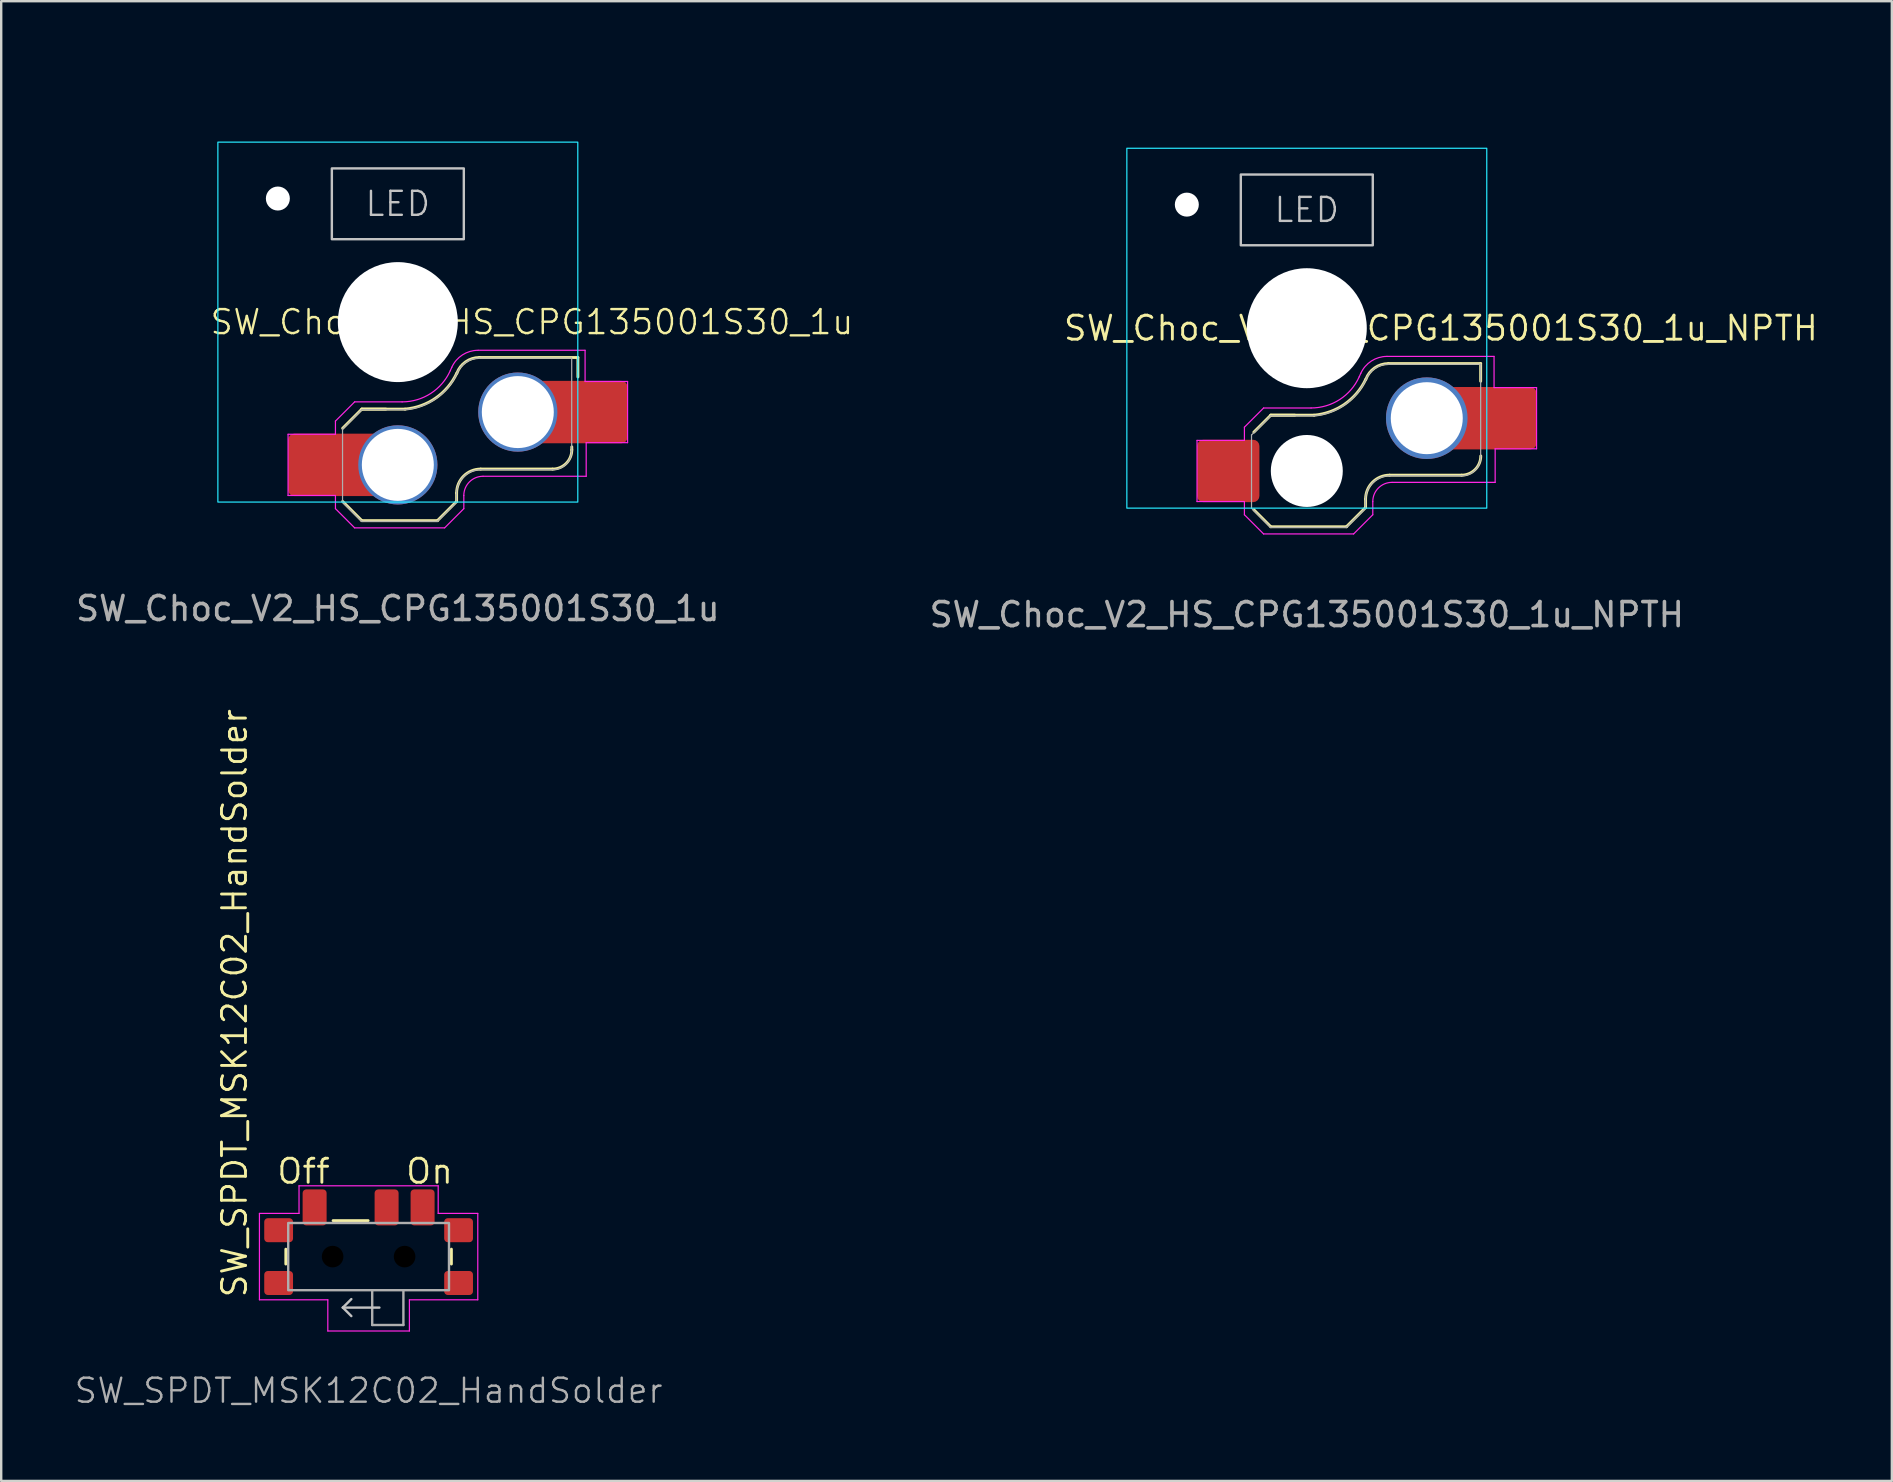
<source format=kicad_pcb>
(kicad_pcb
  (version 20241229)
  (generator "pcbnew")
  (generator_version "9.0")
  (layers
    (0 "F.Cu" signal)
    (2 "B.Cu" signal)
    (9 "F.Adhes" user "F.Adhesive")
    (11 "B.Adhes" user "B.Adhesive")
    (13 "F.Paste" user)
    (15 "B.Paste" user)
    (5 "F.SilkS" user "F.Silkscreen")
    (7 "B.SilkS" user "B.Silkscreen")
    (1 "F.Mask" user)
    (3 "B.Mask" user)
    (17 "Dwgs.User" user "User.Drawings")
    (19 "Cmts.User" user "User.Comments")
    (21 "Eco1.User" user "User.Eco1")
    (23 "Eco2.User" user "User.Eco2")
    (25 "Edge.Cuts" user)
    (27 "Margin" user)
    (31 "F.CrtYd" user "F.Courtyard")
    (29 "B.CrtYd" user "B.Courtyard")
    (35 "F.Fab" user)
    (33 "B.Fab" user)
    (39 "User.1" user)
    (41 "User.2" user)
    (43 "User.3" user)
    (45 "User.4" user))
  (footprint "SW_SPDT_MSK12C02_HandSolder"
    (layer "F.Cu")
    (at 12.312 49.32)
    (property "Reference" "SW_SPDT_MSK12C02_HandSolder" (at -5.588 1.778 90) (layer "F.SilkS") (effects (font (size 1 1) (thickness 0.12)) (justify left)))
    (attr smd)
    (fp_line (start -3.45 -0.31) (end -3.45 0.31) (stroke (width 0.12) (type solid)) (layer "F.SilkS"))
    (fp_line (start -1.48 -1.5) (end -0.02 -1.5) (stroke (width 0.12) (type solid)) (layer "F.SilkS"))
    (fp_line (start 3.45 -0.31) (end 3.45 0.31) (stroke (width 0.12) (type solid)) (layer "F.SilkS"))
    (fp_line (start -1.074 2.125) (end -0.72 1.771) (stroke (width 0.1) (type solid)) (layer "Dwgs.User"))
    (fp_line (start -1.074 2.125) (end -0.72 2.479) (stroke (width 0.1) (type solid)) (layer "Dwgs.User"))
    (fp_line (start 0.45 2.125) (end -1.074 2.125) (stroke (width 0.1) (type default)) (layer "Dwgs.User"))
    (fp_line (start -4.55 -1.8) (end -4.55 1.8) (stroke (width 0.05) (type default)) (layer "F.CrtYd"))
    (fp_line (start -4.55 -1.8) (end -2.9 -1.8) (stroke (width 0.05) (type default)) (layer "F.CrtYd"))
    (fp_line (start -4.55 1.8) (end -1.7 1.8) (stroke (width 0.05) (type default)) (layer "F.CrtYd"))
    (fp_line (start -2.9 -2.95) (end 2.9 -2.95) (stroke (width 0.05) (type default)) (layer "F.CrtYd"))
    (fp_line (start -2.9 -1.8) (end -2.9 -2.95) (stroke (width 0.05) (type default)) (layer "F.CrtYd"))
    (fp_line (start -1.7 1.8) (end -1.7 3.1) (stroke (width 0.05) (type default)) (layer "F.CrtYd"))
    (fp_line (start 1.7 1.8) (end 4.55 1.8) (stroke (width 0.05) (type default)) (layer "F.CrtYd"))
    (fp_line (start 1.7 3.1) (end -1.7 3.1) (stroke (width 0.05) (type default)) (layer "F.CrtYd"))
    (fp_line (start 1.7 3.1) (end 1.7 1.8) (stroke (width 0.05) (type default)) (layer "F.CrtYd"))
    (fp_line (start 2.9 -1.8) (end 2.9 -2.95) (stroke (width 0.05) (type default)) (layer "F.CrtYd"))
    (fp_line (start 4.55 -1.8) (end 2.9 -1.8) (stroke (width 0.05) (type default)) (layer "F.CrtYd"))
    (fp_line (start 4.55 1.8) (end 4.55 -1.8) (stroke (width 0.05) (type default)) (layer "F.CrtYd"))
    (fp_line (start 0.15 1.4) (end 0.15 2.85) (stroke (width 0.1) (type default)) (layer "F.Fab"))
    (fp_line (start 0.15 2.85) (end 1.45 2.85) (stroke (width 0.1) (type default)) (layer "F.Fab"))
    (fp_line (start 1.45 1.4) (end 1.45 2.85) (stroke (width 0.1) (type default)) (layer "F.Fab"))
    (fp_rect (start -3.35 -1.4) (end 3.35 1.4) (stroke (width 0.1) (type default)) (fill no) (layer "F.Fab"))
    (fp_text user "Off" (at -2.71 -3.556 0) (unlocked yes) (layer "F.SilkS") (effects (font (size 1 1) (thickness 0.12))))
    (fp_text user "On" (at 2.54 -3.556 0) (unlocked yes) (layer "F.SilkS") (effects (font (size 1 1) (thickness 0.12))))
    (fp_text user "${REFERENCE}" (at 0 5.588 0) (layer "F.Fab") (effects (font (size 1 1) (thickness 0.1))))
    (pad "" np_thru_hole circle (at -1.5 0) (size 0.9 0.9) (drill 0.9) (layers "*.Mask"))
    (pad "" np_thru_hole circle (at 1.5 0) (size 0.9 0.9) (drill 0.9) (layers "*.Mask"))
    (pad "1" smd roundrect (at -2.25 -2.05) (size 1 1.5) (layers "F.Cu" "F.Mask" "F.Paste") (roundrect_rratio 0.15))
    (pad "2" smd roundrect (at 0.75 -2.05) (size 1 1.5) (layers "F.Cu" "F.Mask" "F.Paste") (roundrect_rratio 0.15))
    (pad "3" smd roundrect (at 2.25 -2.05) (size 1 1.5) (layers "F.Cu" "F.Mask" "F.Paste") (roundrect_rratio 0.15))
    (pad "MP" smd roundrect (at -3.75 -1.1) (size 1.2 1) (layers "F.Cu" "F.Mask" "F.Paste") (roundrect_rratio 0.15))
    (pad "MP" smd roundrect (at -3.75 1.1) (size 1.2 1) (layers "F.Cu" "F.Mask" "F.Paste") (roundrect_rratio 0.15))
    (pad "MP" smd roundrect (at 3.75 -1.1) (size 1.2 1) (layers "F.Cu" "F.Mask" "F.Paste") (roundrect_rratio 0.15))
    (pad "MP" smd roundrect (at 3.75 1.1) (size 1.2 1) (layers "F.Cu" "F.Mask" "F.Paste") (roundrect_rratio 0.15)))
  (footprint "SW_Choc_V2_HS_CPG135001S30_1u"
    (layer "F.Cu")
    (at 13.53 10.374)
    (property "Reference" "SW_Choc_V2_HS_CPG135001S30_1u" (at 5.588 0 180) (layer "F.SilkS") (effects (font (size 1 1) (thickness 0.1))))
    (attr smd)
    (fp_line (start -2.3 7.475) (end -1.5 8.275) (stroke (width 0.12) (type solid)) (layer "F.SilkS"))
    (fp_line (start -1.5 3.625) (end -2.3 4.425) (stroke (width 0.12) (type solid)) (layer "F.SilkS"))
    (fp_line (start -1.5 3.625) (end -0.5 3.625) (stroke (width 0.12) (type solid)) (layer "F.SilkS"))
    (fp_line (start -1.5 3.625) (end 0.3 3.625) (stroke (width 0.12) (type solid)) (layer "F.SilkS"))
    (fp_line (start -1.5 8.275) (end 1.65 8.275) (stroke (width 0.12) (type solid)) (layer "F.SilkS"))
    (fp_line (start 2.45 7.475) (end 1.65 8.275) (stroke (width 0.12) (type solid)) (layer "F.SilkS"))
    (fp_line (start 2.45 7.475) (end 2.45 7.125) (stroke (width 0.12) (type solid)) (layer "F.SilkS"))
    (fp_line (start 3.45 6.125) (end 6.45 6.125) (stroke (width 0.12) (type solid)) (layer "F.SilkS"))
    (fp_line (start 7.25 5.325) (end 7.25 5.2) (stroke (width 0.12) (type solid)) (layer "F.SilkS"))
    (fp_line (start 7.504 1.475) (end 3.4 1.475) (stroke (width 0.12) (type solid)) (layer "F.SilkS"))
    (fp_line (start 7.504 1.475) (end 7.504 2.286) (stroke (width 0.12) (type solid)) (layer "F.SilkS"))
    (fp_arc (start 2.45 7.125) (mid 2.742893 6.417893) (end 3.45 6.125) (stroke (width 0.12) (type solid)) (layer "F.SilkS"))
    (fp_arc (start 2.455444 2.13293) (mid 1.577272 3.167235) (end 0.299999 3.624999) (stroke (width 0.12) (type solid)) (layer "F.SilkS"))
    (fp_arc (start 2.460307 2.13298) (mid 2.826423 1.655848) (end 3.4 1.475) (stroke (width 0.12) (type solid)) (layer "F.SilkS"))
    (fp_arc (start 7.25 5.325) (mid 7.015685 5.890685) (end 6.45 6.125) (stroke (width 0.12) (type solid)) (layer "F.SilkS"))
    (fp_rect (start -2.75 -6.405) (end 2.75 -3.455) (stroke (width 0.1) (type solid)) (fill no) (layer "Dwgs.User"))
    (fp_rect (start -9.5 -9.5) (end 9.5 9.5) (stroke (width 0.1) (type dash)) (fill no) (layer "Eco1.User"))
    (fp_rect (start -8.3 -8.3) (end 8.3 8.3) (stroke (width 0.1) (type dash)) (fill no) (layer "Eco1.User"))
    (fp_rect (start -7.5 -7.5) (end 7.5 7.5) (stroke (width 0.05) (type solid)) (fill no) (layer "B.CrtYd"))
    (fp_line (start -4.575 4.675) (end -4.575 7.225) (stroke (width 0.05) (type solid)) (layer "F.CrtYd"))
    (fp_line (start -4.575 4.675) (end -2.6 4.675) (stroke (width 0.05) (type solid)) (layer "F.CrtYd"))
    (fp_line (start -4.575 7.225) (end -2.6 7.225) (stroke (width 0.05) (type solid)) (layer "F.CrtYd"))
    (fp_line (start -2.6 4.675) (end -2.6 4.125) (stroke (width 0.05) (type solid)) (layer "F.CrtYd"))
    (fp_line (start -2.6 7.775) (end -2.6 7.225) (stroke (width 0.05) (type solid)) (layer "F.CrtYd"))
    (fp_line (start -2.6 7.775) (end -1.8 8.575) (stroke (width 0.05) (type solid)) (layer "F.CrtYd"))
    (fp_line (start -1.8 3.325) (end -2.6 4.125) (stroke (width 0.05) (type solid)) (layer "F.CrtYd"))
    (fp_line (start -1.8 3.325) (end 0.178 3.325) (stroke (width 0.05) (type solid)) (layer "F.CrtYd"))
    (fp_line (start -1.8 8.575) (end 1.95 8.575) (stroke (width 0.05) (type solid)) (layer "F.CrtYd"))
    (fp_line (start 2.184 2.027) (end 2.249 1.883) (stroke (width 0.05) (type default)) (layer "F.CrtYd"))
    (fp_line (start 2.75 7.775) (end 1.95 8.575) (stroke (width 0.05) (type solid)) (layer "F.CrtYd"))
    (fp_line (start 2.75 7.775) (end 2.75 7.225) (stroke (width 0.05) (type solid)) (layer "F.CrtYd"))
    (fp_line (start 3.55 6.425) (end 7.85 6.425) (stroke (width 0.05) (type solid)) (layer "F.CrtYd"))
    (fp_line (start 7.804 1.175) (end 3.344 1.175) (stroke (width 0.05) (type solid)) (layer "F.CrtYd"))
    (fp_line (start 7.804 1.175) (end 7.804 2.475) (stroke (width 0.05) (type solid)) (layer "F.CrtYd"))
    (fp_line (start 7.85 5.025) (end 9.575 5.025) (stroke (width 0.05) (type solid)) (layer "F.CrtYd"))
    (fp_line (start 7.85 6.425) (end 7.85 5.025) (stroke (width 0.05) (type solid)) (layer "F.CrtYd"))
    (fp_line (start 9.575 2.475) (end 7.804 2.475) (stroke (width 0.05) (type solid)) (layer "F.CrtYd"))
    (fp_line (start 9.575 5.025) (end 9.575 2.475) (stroke (width 0.05) (type solid)) (layer "F.CrtYd"))
    (fp_arc (start 2.184498 2.026576) (mid 1.37282 2.972088) (end 0.177719 3.325) (stroke (width 0.05) (type default)) (layer "F.CrtYd"))
    (fp_arc (start 2.248898 1.883231) (mid 2.691631 1.367497) (end 3.343505 1.175) (stroke (width 0.05) (type default)) (layer "F.CrtYd"))
    (fp_arc (start 2.75 7.225) (mid 2.984315 6.659315) (end 3.55 6.425) (stroke (width 0.05) (type default)) (layer "F.CrtYd"))
    (fp_line (start -2.304 4.45) (end -2.304 7.5) (stroke (width 0.05) (type solid)) (layer "F.Fab"))
    (fp_line (start -2.304 7.5) (end -1.504 8.3) (stroke (width 0.05) (type solid)) (layer "F.Fab"))
    (fp_line (start -1.504 3.65) (end -2.304 4.45) (stroke (width 0.05) (type solid)) (layer "F.Fab"))
    (fp_line (start -1.504 3.65) (end 0.296 3.65) (stroke (width 0.05) (type solid)) (layer "F.Fab"))
    (fp_line (start -1.504 8.3) (end 1.646 8.3) (stroke (width 0.05) (type solid)) (layer "F.Fab"))
    (fp_line (start 2.446 7.5) (end 1.646 8.3) (stroke (width 0.05) (type solid)) (layer "F.Fab"))
    (fp_line (start 2.446 7.5) (end 2.446 7.15) (stroke (width 0.05) (type solid)) (layer "F.Fab"))
    (fp_line (start 3.446 6.15) (end 6.446 6.15) (stroke (width 0.05) (type solid)) (layer "F.Fab"))
    (fp_line (start 7.246 1.5) (end 3.396 1.5) (stroke (width 0.05) (type solid)) (layer "F.Fab"))
    (fp_line (start 7.246 5.35) (end 7.246 1.5) (stroke (width 0.05) (type solid)) (layer "F.Fab"))
    (fp_arc (start 2.446 7.15) (mid 2.738893 6.442893) (end 3.446 6.15) (stroke (width 0.05) (type solid)) (layer "F.Fab"))
    (fp_arc (start 2.451444 2.15793) (mid 1.573272 3.192235) (end 0.295999 3.649999) (stroke (width 0.05) (type solid)) (layer "F.Fab"))
    (fp_arc (start 2.456307 2.15798) (mid 2.822423 1.680848) (end 3.396 1.5) (stroke (width 0.05) (type solid)) (layer "F.Fab"))
    (fp_arc (start 7.246 5.35) (mid 7.011685 5.915685) (end 6.446 6.15) (stroke (width 0.05) (type solid)) (layer "F.Fab"))
    (fp_text user "LED" (at 0 -4.93 0) (unlocked yes) (layer "Dwgs.User") (effects (font (size 1 1) (thickness 0.1) (bold yes))))
    (fp_text user "18.00x18.00" (at 0 -8.736 180) (layer "Eco1.User") (effects (font (size 0.5 0.5) (thickness 0.1) (bold yes))))
    (fp_text user "19.00x19.00" (at 0 -9.906 180) (layer "Eco1.User") (effects (font (size 0.5 0.5) (thickness 0.1) (bold yes))))
    (fp_text user "${REFERENCE}" (at 0 11.938 0) (layer "F.Fab") (effects (font (size 1 1) (thickness 0.15))))
    (pad "" np_thru_hole circle (at -5 -5.15 180) (size 1 1) (drill oval 1.5 2) (layers "*.Cu" "*.Mask"))
    (pad "" np_thru_hole circle (at 0 0 180) (size 5 5) (drill 5) (layers "*.Cu" "*.Mask"))
    (pad "1" thru_hole circle (at 5 3.75) (size 3.3 3.3) (drill 3) (property pad_prop_mechanical) (layers "*.Cu" "F.Mask"))
    (pad "1" smd roundrect (at 7.633 3.75) (size 3.885 2.6) (layers "F.Cu" "F.Mask" "F.Paste") (roundrect_rratio 0.1))
    (pad "2" smd roundrect (at -2.618 5.95) (size 3.915 2.6) (layers "F.Cu" "F.Mask" "F.Paste") (roundrect_rratio 0.1))
    (pad "2" thru_hole circle (at 0 5.95) (size 3.3 3.3) (drill 3) (property pad_prop_mechanical) (layers "*.Cu" "F.Mask")))
  (footprint "SW_Choc_V2_HS_CPG135001S30_1u_NPTH"
    (layer "F.Cu")
    (at 51.412 10.628)
    (property "Reference" "SW_Choc_V2_HS_CPG135001S30_1u_NPTH" (at 5.588 0 0) (layer "F.SilkS") (effects (font (size 1 1) (thickness 0.12))))
    (attr smd)
    (fp_line (start -2.207 7.568) (end -1.5 8.275) (stroke (width 0.12) (type solid)) (layer "F.SilkS"))
    (fp_line (start -1.5 3.625) (end -2.207 4.332) (stroke (width 0.12) (type solid)) (layer "F.SilkS"))
    (fp_line (start -1.5 3.625) (end -0.5 3.625) (stroke (width 0.12) (type solid)) (layer "F.SilkS"))
    (fp_line (start -1.5 3.625) (end 0.3 3.625) (stroke (width 0.12) (type solid)) (layer "F.SilkS"))
    (fp_line (start -1.5 8.275) (end 1.65 8.275) (stroke (width 0.12) (type solid)) (layer "F.SilkS"))
    (fp_line (start 2.45 7.475) (end 1.65 8.275) (stroke (width 0.12) (type solid)) (layer "F.SilkS"))
    (fp_line (start 2.45 7.475) (end 2.45 7.125) (stroke (width 0.12) (type solid)) (layer "F.SilkS"))
    (fp_line (start 3.45 6.125) (end 6.45 6.125) (stroke (width 0.12) (type solid)) (layer "F.SilkS"))
    (fp_line (start 7.246 1.475) (end 3.4 1.475) (stroke (width 0.12) (type solid)) (layer "F.SilkS"))
    (fp_line (start 7.246 1.475) (end 7.246 2.21) (stroke (width 0.12) (type solid)) (layer "F.SilkS"))
    (fp_arc (start 2.45 7.125) (mid 2.742893 6.417893) (end 3.45 6.125) (stroke (width 0.12) (type solid)) (layer "F.SilkS"))
    (fp_arc (start 2.455444 2.13293) (mid 1.577272 3.167235) (end 0.299999 3.624999) (stroke (width 0.12) (type solid)) (layer "F.SilkS"))
    (fp_arc (start 2.460307 2.13298) (mid 2.826423 1.655848) (end 3.4 1.475) (stroke (width 0.12) (type solid)) (layer "F.SilkS"))
    (fp_arc (start 7.25 5.325) (mid 7.015685 5.890685) (end 6.45 6.125) (stroke (width 0.12) (type solid)) (layer "F.SilkS"))
    (fp_rect (start -2.75 -6.405) (end 2.75 -3.455) (stroke (width 0.1) (type solid)) (fill no) (layer "Dwgs.User"))
    (fp_rect (start -9.5 -9.5) (end 9.5 9.5) (stroke (width 0.1) (type dash)) (fill no) (layer "Eco1.User"))
    (fp_rect (start -9.15 -9.15) (end 9.15 9.15) (stroke (width 0.1) (type dash)) (fill no) (layer "Eco2.User"))
    (fp_rect (start -7.5 -7.5) (end 7.5 7.5) (stroke (width 0.05) (type solid)) (fill no) (layer "B.CrtYd"))
    (fp_line (start -4.575 4.675) (end -4.575 7.225) (stroke (width 0.05) (type solid)) (layer "F.CrtYd"))
    (fp_line (start -4.575 4.675) (end -2.6 4.675) (stroke (width 0.05) (type solid)) (layer "F.CrtYd"))
    (fp_line (start -4.575 7.225) (end -2.6 7.225) (stroke (width 0.05) (type solid)) (layer "F.CrtYd"))
    (fp_line (start -2.6 4.675) (end -2.6 4.125) (stroke (width 0.05) (type solid)) (layer "F.CrtYd"))
    (fp_line (start -2.6 7.775) (end -2.6 7.225) (stroke (width 0.05) (type solid)) (layer "F.CrtYd"))
    (fp_line (start -2.6 7.775) (end -1.8 8.575) (stroke (width 0.05) (type solid)) (layer "F.CrtYd"))
    (fp_line (start -1.8 3.325) (end -2.6 4.125) (stroke (width 0.05) (type solid)) (layer "F.CrtYd"))
    (fp_line (start -1.8 3.325) (end 0.178 3.325) (stroke (width 0.05) (type solid)) (layer "F.CrtYd"))
    (fp_line (start -1.8 8.575) (end 1.95 8.575) (stroke (width 0.05) (type solid)) (layer "F.CrtYd"))
    (fp_line (start 2.184 2.027) (end 2.249 1.883) (stroke (width 0.05) (type default)) (layer "F.CrtYd"))
    (fp_line (start 2.75 7.775) (end 1.95 8.575) (stroke (width 0.05) (type solid)) (layer "F.CrtYd"))
    (fp_line (start 2.75 7.775) (end 2.75 7.225) (stroke (width 0.05) (type solid)) (layer "F.CrtYd"))
    (fp_line (start 3.55 6.425) (end 7.85 6.425) (stroke (width 0.05) (type solid)) (layer "F.CrtYd"))
    (fp_line (start 7.804 1.175) (end 3.344 1.175) (stroke (width 0.05) (type solid)) (layer "F.CrtYd"))
    (fp_line (start 7.804 1.175) (end 7.804 2.475) (stroke (width 0.05) (type solid)) (layer "F.CrtYd"))
    (fp_line (start 7.85 5.025) (end 9.575 5.025) (stroke (width 0.05) (type solid)) (layer "F.CrtYd"))
    (fp_line (start 7.85 6.425) (end 7.85 5.025) (stroke (width 0.05) (type solid)) (layer "F.CrtYd"))
    (fp_line (start 9.575 2.475) (end 7.804 2.475) (stroke (width 0.05) (type solid)) (layer "F.CrtYd"))
    (fp_line (start 9.575 5.025) (end 9.575 2.475) (stroke (width 0.05) (type solid)) (layer "F.CrtYd"))
    (fp_arc (start 2.184498 2.026576) (mid 1.37282 2.972088) (end 0.177719 3.325) (stroke (width 0.05) (type default)) (layer "F.CrtYd"))
    (fp_arc (start 2.248898 1.883231) (mid 2.691631 1.367497) (end 3.343505 1.175) (stroke (width 0.05) (type default)) (layer "F.CrtYd"))
    (fp_arc (start 2.75 7.225) (mid 2.984315 6.659315) (end 3.55 6.425) (stroke (width 0.05) (type default)) (layer "F.CrtYd"))
    (fp_line (start -2.304 4.45) (end -2.304 7.5) (stroke (width 0.05) (type solid)) (layer "F.Fab"))
    (fp_line (start -2.304 7.5) (end -1.504 8.3) (stroke (width 0.05) (type solid)) (layer "F.Fab"))
    (fp_line (start -1.504 3.65) (end -2.304 4.45) (stroke (width 0.05) (type solid)) (layer "F.Fab"))
    (fp_line (start -1.504 3.65) (end 0.296 3.65) (stroke (width 0.05) (type solid)) (layer "F.Fab"))
    (fp_line (start -1.504 8.3) (end 1.646 8.3) (stroke (width 0.05) (type solid)) (layer "F.Fab"))
    (fp_line (start 2.446 7.5) (end 1.646 8.3) (stroke (width 0.05) (type solid)) (layer "F.Fab"))
    (fp_line (start 2.446 7.5) (end 2.446 7.15) (stroke (width 0.05) (type solid)) (layer "F.Fab"))
    (fp_line (start 3.446 6.15) (end 6.446 6.15) (stroke (width 0.05) (type solid)) (layer "F.Fab"))
    (fp_line (start 7.246 1.5) (end 3.396 1.5) (stroke (width 0.05) (type solid)) (layer "F.Fab"))
    (fp_line (start 7.246 5.35) (end 7.246 1.5) (stroke (width 0.05) (type solid)) (layer "F.Fab"))
    (fp_arc (start 2.446 7.15) (mid 2.738893 6.442893) (end 3.446 6.15) (stroke (width 0.05) (type solid)) (layer "F.Fab"))
    (fp_arc (start 2.451444 2.15793) (mid 1.573272 3.192235) (end 0.295999 3.649999) (stroke (width 0.05) (type solid)) (layer "F.Fab"))
    (fp_arc (start 2.456307 2.15798) (mid 2.822423 1.680848) (end 3.396 1.5) (stroke (width 0.05) (type solid)) (layer "F.Fab"))
    (fp_arc (start 7.246 5.35) (mid 7.011685 5.915685) (end 6.446 6.15) (stroke (width 0.05) (type solid)) (layer "F.Fab"))
    (fp_text user "LED" (at 0 -4.93 0) (unlocked yes) (layer "Dwgs.User") (effects (font (size 1 1) (thickness 0.1) (bold yes))))
    (fp_text user "19.00x19.00" (at 0 -10.16 0) (layer "Eco1.User") (effects (font (size 0.5 0.5) (thickness 0.1) (bold yes))))
    (fp_text user "18.30x18.30" (at 0 -8.382 0) (layer "Eco2.User") (effects (font (size 0.5 0.5) (thickness 0.1) (bold yes))))
    (fp_text user "${REFERENCE}" (at 0 11.938 0) (layer "F.Fab") (effects (font (size 1 1) (thickness 0.15))))
    (pad "" np_thru_hole circle (at -5 -5.15 180) (size 1 1) (drill oval 1.5 2) (layers "*.Cu" "*.Mask"))
    (pad "" np_thru_hole circle (at 0 0 180) (size 5 5) (drill 5) (layers "*.Cu" "*.Mask"))
    (pad "" np_thru_hole circle (at 0 5.95) (size 3 3) (drill 3) (layers "*.Cu" "*.Mask"))
    (pad "1" thru_hole circle (at 5 3.75) (size 3.4 3.4) (drill 3) (property pad_prop_mechanical) (layers "*.Cu" "F.Mask"))
    (pad "1" smd roundrect (at 7.625 3.75) (size 3.9 2.6) (layers "F.Cu" "F.Mask" "F.Paste") (roundrect_rratio 0.1))
    (pad "2" smd roundrect (at -3.275 5.95) (size 2.6 2.6) (layers "F.Cu" "F.Mask" "F.Paste") (roundrect_rratio 0.1)))
  (gr_rect
    (start -3 -3)
    (end 75.794 58.669)
    (stroke (width 0.1) (type default))
    (fill no)
    (layer "Edge.Cuts")))
</source>
